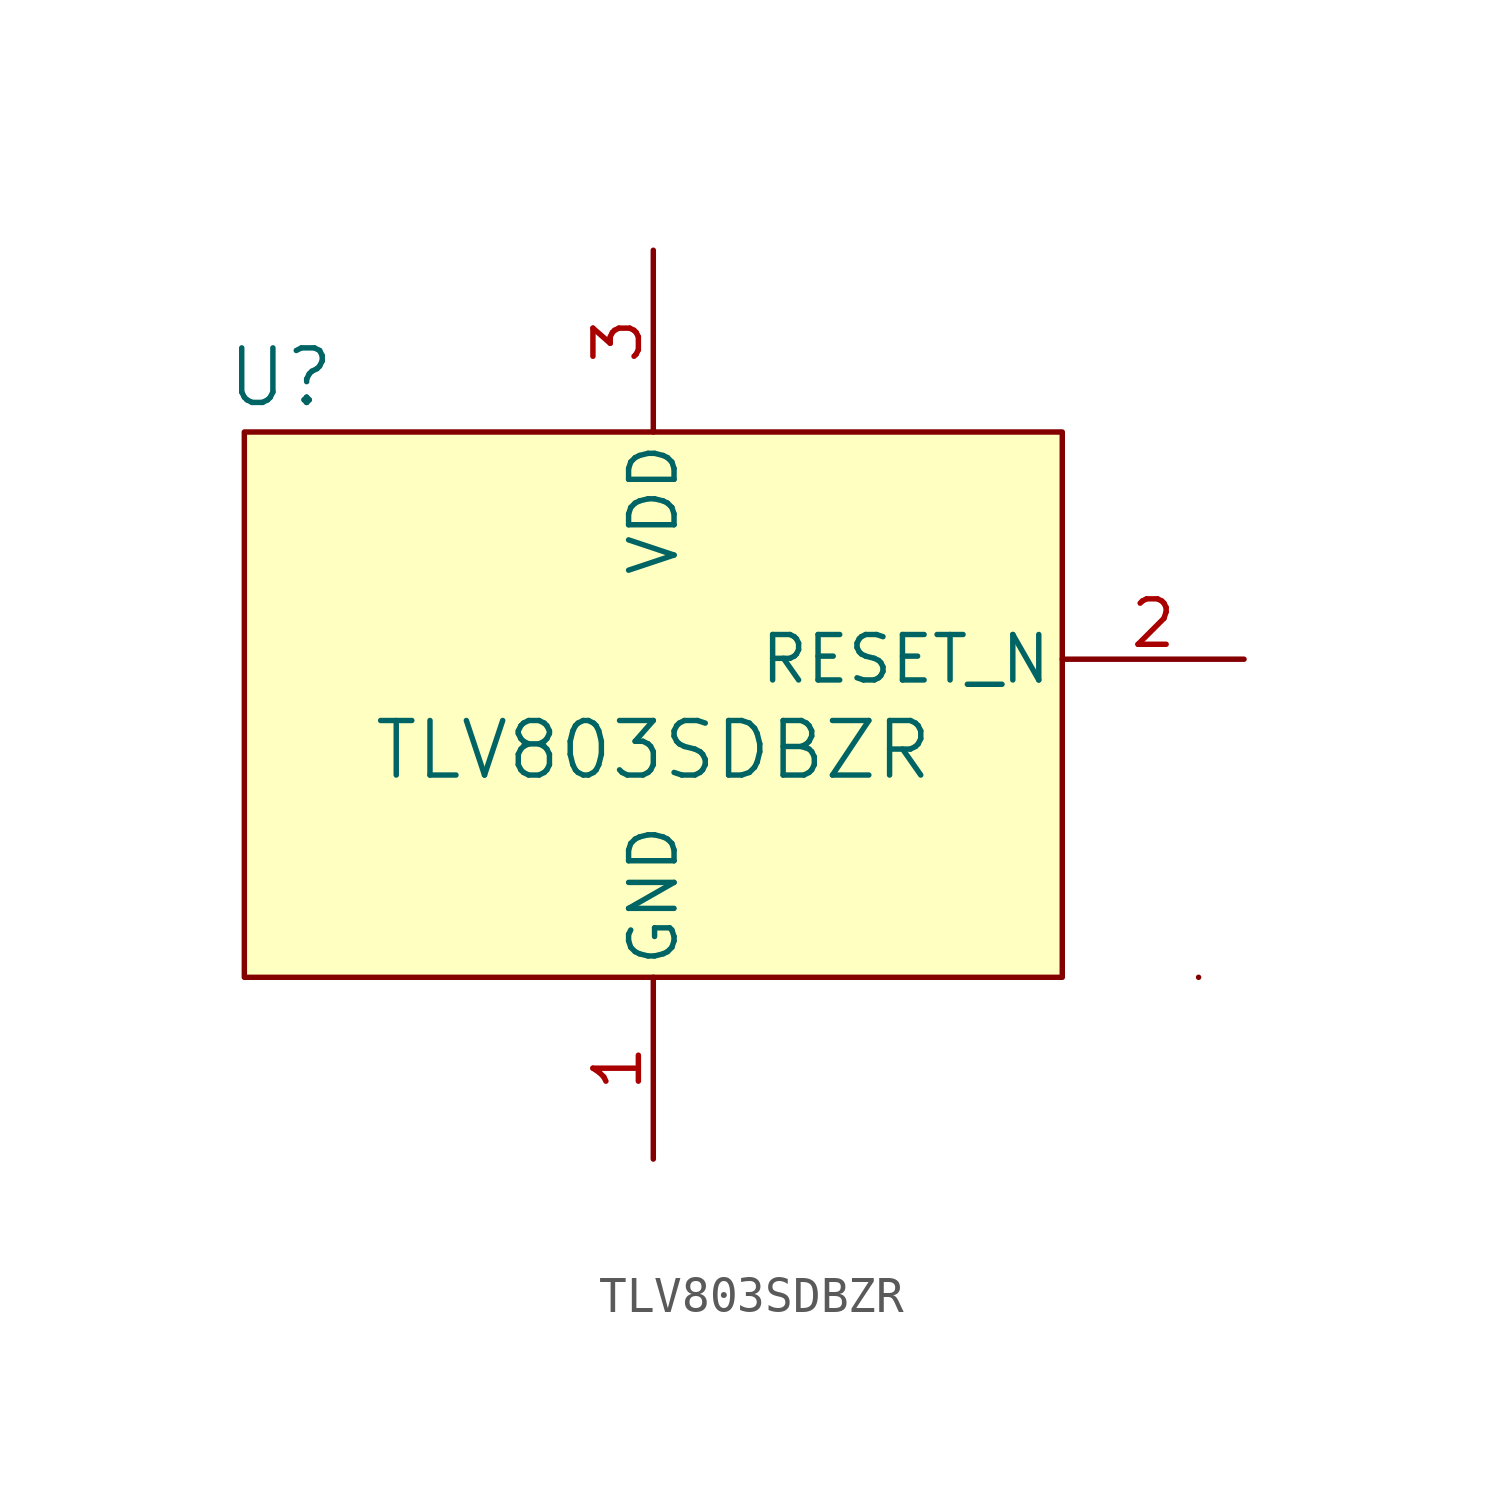
<source format=kicad_sym>
(kicad_symbol_lib
  (version 20231120)
  (generator "kicad_symbol_editor")
  (generator_version "8.0")
  (symbol "TLV803SDBZR"
    (pin_names
      (offset 0.254))
    (property "Reference" "U"
      (at -10.414 9.144 0)
      (effects (font (size 1.524 1.524))))
    (property "Value" "TLV803SDBZR"
      (at 0 -1.27 0)
      (effects (font (size 1.524 1.524))))
    (symbol "TLV803SDBZR_0_1"
      (pin open_collector line (at 16.51 1.27 180) (length 5.08) (name "RESET_N" (effects (font (size 1.27 1.27)))) (number "2" (effects (font (size 1.27 1.27))))))
    (symbol "TLV803SDBZR_1_1"
      (rectangle (start -11.43 7.62) (end 11.43 -7.62) (stroke (width 0) (type default)) (fill (type background)))
      (rectangle (start 15.24 -7.62) (end 15.24 -7.62) (stroke (width 0) (type default)) (fill (type none)))
      (pin power_in line (at 0 -12.7 90) (length 5.08) (name "GND" (effects (font (size 1.27 1.27)))) (number "1" (effects (font (size 1.27 1.27)))))
      (pin power_in line (at 0 12.7 270) (length 5.08) (name "VDD" (effects (font (size 1.27 1.27)))) (number "3" (effects (font (size 1.27 1.27))))))))
</source>
